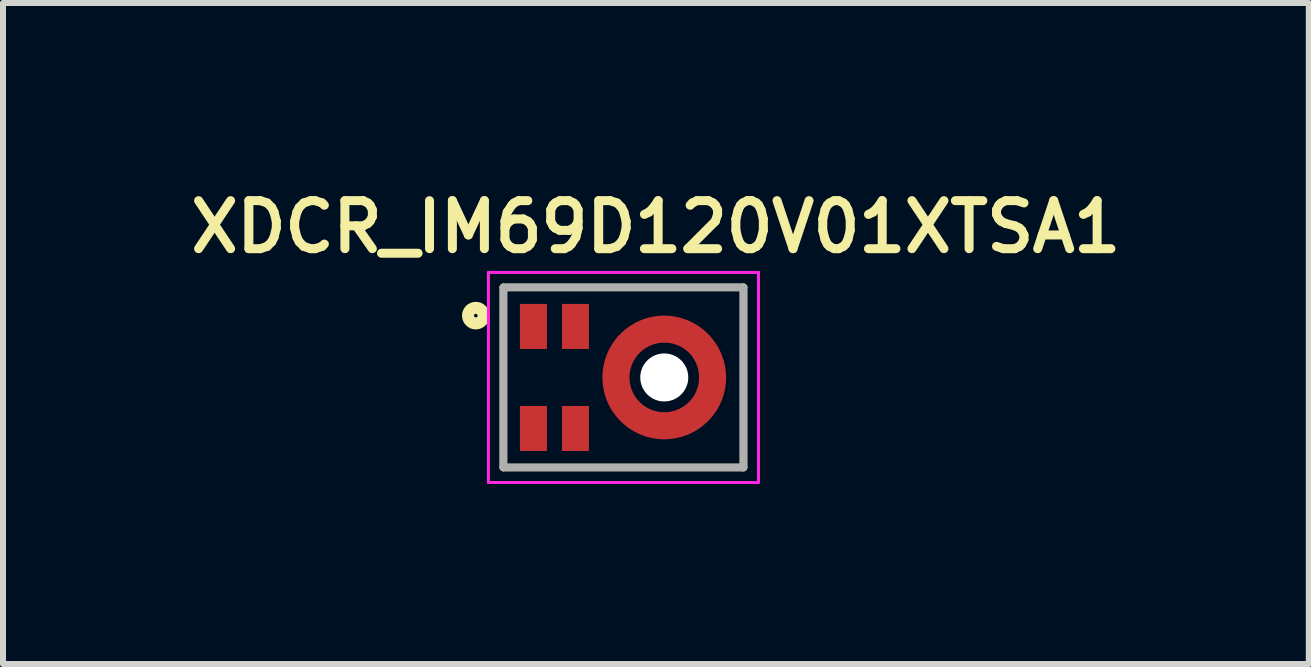
<source format=kicad_pcb>
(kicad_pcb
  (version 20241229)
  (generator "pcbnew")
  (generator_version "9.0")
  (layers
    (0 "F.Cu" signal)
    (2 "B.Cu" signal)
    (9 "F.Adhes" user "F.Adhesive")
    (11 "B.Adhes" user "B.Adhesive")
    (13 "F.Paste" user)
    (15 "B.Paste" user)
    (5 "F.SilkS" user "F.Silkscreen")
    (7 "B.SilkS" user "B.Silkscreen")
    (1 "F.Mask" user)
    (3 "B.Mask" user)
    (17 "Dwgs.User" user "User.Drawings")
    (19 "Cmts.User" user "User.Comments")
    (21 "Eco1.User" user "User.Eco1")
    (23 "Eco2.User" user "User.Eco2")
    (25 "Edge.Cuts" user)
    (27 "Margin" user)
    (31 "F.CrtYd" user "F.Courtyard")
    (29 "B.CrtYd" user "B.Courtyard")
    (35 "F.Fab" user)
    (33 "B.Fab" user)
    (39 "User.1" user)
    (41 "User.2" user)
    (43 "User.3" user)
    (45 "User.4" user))
  (footprint "XDCR_IM69D120V01XTSA1"
    (layer "F.Cu")
    (at 7.338 3.239)
    (property "Reference" "XDCR_IM69D120V01XTSA1" (at 0.54 -2.508 0) (layer "F.SilkS") (effects (font (size 0.8 0.8) (thickness 0.15))))
    (attr smd)
    (fp_circle (center 0.68 0) (end 1.485 0) (stroke (width 0.55) (type solid)) (fill no) (layer "F.Mask"))
    (fp_line (start -2 -1.5) (end -2 1.5) (stroke (width 0.127) (type solid)) (layer "F.SilkS"))
    (fp_line (start -2 -1.5) (end 2 -1.5) (stroke (width 0.127) (type solid)) (layer "F.SilkS"))
    (fp_line (start -2 1.5) (end 2 1.5) (stroke (width 0.127) (type solid)) (layer "F.SilkS"))
    (fp_line (start 2 1.5) (end 2 -1.5) (stroke (width 0.127) (type solid)) (layer "F.SilkS"))
    (fp_circle (center -2.46 -1.03) (end -2.33 -1.03) (stroke (width 0.2) (type solid)) (fill no) (layer "F.SilkS"))
    (fp_line (start -1.5 -0.95) (end -1.5 -0.75) (stroke (width 0.4) (type solid)) (layer "F.Paste"))
    (fp_line (start -1.5 0.75) (end -1.5 0.95) (stroke (width 0.4) (type solid)) (layer "F.Paste"))
    (fp_line (start -0.8 -0.95) (end -0.8 -0.75) (stroke (width 0.4) (type solid)) (layer "F.Paste"))
    (fp_line (start -0.8 0.75) (end -0.8 0.95) (stroke (width 0.4) (type solid)) (layer "F.Paste"))
    (fp_arc (start -0.104006 0.158) (mid -0.119785 0) (end -0.104006 -0.158) (stroke (width 0.4) (type solid)) (layer "F.Paste"))
    (fp_arc (start 0.151166 -0.599969) (mid 0.280109 -0.692634) (end 0.424831 -0.757969) (stroke (width 0.4) (type solid)) (layer "F.Paste"))
    (fp_arc (start 0.424831 0.757969) (mid 0.280109 0.692634) (end 0.151166 0.599969) (stroke (width 0.4) (type solid)) (layer "F.Paste"))
    (fp_arc (start 0.935169 -0.757969) (mid 1.079889 -0.692634) (end 1.20883 -0.599969) (stroke (width 0.4) (type solid)) (layer "F.Paste"))
    (fp_arc (start 1.20883 0.599969) (mid 1.079889 0.692634) (end 0.935169 0.757969) (stroke (width 0.4) (type solid)) (layer "F.Paste"))
    (fp_arc (start 1.46401 -0.158) (mid 1.479789 0) (end 1.46401 0.158) (stroke (width 0.4) (type solid)) (layer "F.Paste"))
    (fp_line (start -2.25 -1.75) (end 2.25 -1.75) (stroke (width 0.05) (type solid)) (layer "F.CrtYd"))
    (fp_line (start -2.25 1.75) (end -2.25 -1.75) (stroke (width 0.05) (type solid)) (layer "F.CrtYd"))
    (fp_line (start 2.25 -1.75) (end 2.25 1.75) (stroke (width 0.05) (type solid)) (layer "F.CrtYd"))
    (fp_line (start 2.25 1.75) (end -2.25 1.75) (stroke (width 0.05) (type solid)) (layer "F.CrtYd"))
    (fp_line (start -2 -1.5) (end -2 1.5) (stroke (width 0.127) (type solid)) (layer "F.Fab"))
    (fp_line (start -2 1.5) (end 2 1.5) (stroke (width 0.127) (type solid)) (layer "F.Fab"))
    (fp_line (start 2 -1.5) (end -2 -1.5) (stroke (width 0.127) (type solid)) (layer "F.Fab"))
    (fp_line (start 2 1.5) (end 2 -1.5) (stroke (width 0.127) (type solid)) (layer "F.Fab"))
    (pad "" np_thru_hole circle (at 0.68 0) (size 0.8 0.8) (drill 0.8) (layers "*.Cu" "*.Mask"))
    (pad "1" smd rect (at -1.5 -0.85) (size 0.45 0.75) (layers "F.Cu" "F.Mask"))
    (pad "2" smd rect (at -0.8 -0.85) (size 0.45 0.75) (layers "F.Cu" "F.Mask"))
    (pad "3" smd rect (at -1.5 0.85) (size 0.45 0.75) (layers "F.Cu" "F.Mask"))
    (pad "4" smd rect (at -0.8 0.85) (size 0.45 0.75) (layers "F.Cu" "F.Mask"))
    (pad "5" smd custom (at -0.1 0) (size 0.2 0.2) (layers "F.Cu") (options (anchor rect)) (primitives (gr_poly (pts (xy 0.779 -1.03) (xy 0.726 -1.029) (xy 0.672 -1.024) (xy 0.619 -1.017) (xy 0.566 -1.007) (xy 0.513 -0.995) (xy 0.462 -0.98) (xy 0.411 -0.962) (xy 0.361 -0.941) (xy 0.312 -0.918) (xy 0.265 -0.892) (xy 0.219 -0.864) (xy 0.174 -0.833) (xy 0.132 -0.801) (xy 0.091 -0.766) (xy 0.052 -0.728) (xy 0.014 -0.689) (xy -0.021 -0.648) (xy -0.053 -0.606) (xy -0.084 -0.561) (xy -0.112 -0.515) (xy -0.138 -0.468) (xy -0.161 -0.419) (xy -0.182 -0.369) (xy -0.2 -0.318) (xy -0.215 -0.267) (xy -0.227 -0.214) (xy -0.237 -0.161) (xy -0.244 -0.108) (xy -0.249 -0.054) (xy -0.25 0) (xy -0.249 0.054) (xy -0.244 0.108) (xy -0.237 0.161) (xy -0.227 0.214) (xy -0.215 0.267) (xy -0.2 0.318) (xy -0.182 0.369) (xy -0.161 0.419) (xy -0.138 0.468) (xy -0.112 0.515) (xy -0.084 0.561) (xy -0.053 0.605) (xy -0.02 0.648) (xy 0.015 0.689) (xy 0.052 0.728) (xy 0.091 0.765) (xy 0.132 0.8) (xy 0.175 0.833) (xy 0.219 0.864) (xy 0.265 0.892) (xy 0.312 0.918) (xy 0.361 0.941) (xy 0.411 0.962) (xy 0.462 0.98) (xy 0.513 0.995) (xy 0.566 1.007) (xy 0.619 1.017) (xy 0.672 1.024) (xy 0.726 1.029) (xy 0.78 1.03) (xy 0.834 1.029) (xy 0.888 1.024) (xy 0.941 1.017) (xy 0.994 1.007) (xy 1.047 0.995) (xy 1.098 0.98) (xy 1.149 0.962) (xy 1.199 0.941) (xy 1.248 0.918) (xy 1.295 0.892) (xy 1.341 0.864) (xy 1.385 0.833) (xy 1.428 0.8) (xy 1.469 0.765) (xy 1.508 0.728) (xy 1.545 0.689) (xy 1.58 0.648) (xy 1.613 0.605) (xy 1.644 0.561) (xy 1.672 0.515) (xy 1.698 0.468) (xy 1.721 0.419) (xy 1.742 0.369) (xy 1.76 0.318) (xy 1.775 0.267) (xy 1.787 0.214) (xy 1.797 0.161) (xy 1.804 0.108) (xy 1.809 0.054) (xy 1.81 0) (xy 1.809 -0.049) (xy 1.804 -0.103) (xy 1.797 -0.157) (xy 1.787 -0.21) (xy 1.775 -0.263) (xy 1.759 -0.315) (xy 1.741 -0.366) (xy 1.721 -0.416) (xy 1.697 -0.465) (xy 1.671 -0.513) (xy 1.643 -0.559) (xy 1.612 -0.603) (xy 1.579 -0.646) (xy 1.544 -0.688) (xy 1.507 -0.727) (xy 1.468 -0.764) (xy 1.426 -0.799) (xy 1.383 -0.832) (xy 1.339 -0.863) (xy 1.293 -0.891) (xy 1.245 -0.917) (xy 1.196 -0.941) (xy 1.146 -0.961) (xy 1.095 -0.979) (xy 1.043 -0.995) (xy 0.99 -1.007) (xy 0.937 -1.017) (xy 0.883 -1.024) (xy 0.829 -1.029) (xy 0.78 -1.03) (xy 0.78 -0.58) (xy 0.815 -0.579) (xy 0.845 -0.577) (xy 0.875 -0.573) (xy 0.905 -0.567) (xy 0.934 -0.56) (xy 0.963 -0.552) (xy 0.991 -0.542) (xy 1.019 -0.53) (xy 1.046 -0.517) (xy 1.073 -0.503) (xy 1.098 -0.487) (xy 1.123 -0.47) (xy 1.147 -0.452) (xy 1.17 -0.432) (xy 1.192 -0.412) (xy 1.212 -0.39) (xy 1.232 -0.367) (xy 1.25 -0.343) (xy 1.267 -0.318) (xy 1.283 -0.293) (xy 1.297 -0.266) (xy 1.31 -0.239) (xy 1.322 -0.211) (xy 1.332 -0.183) (xy 1.34 -0.154) (xy 1.347 -0.125) (xy 1.353 -0.095) (xy 1.357 -0.065) (xy 1.359 -0.035) (xy 1.36 -0.01) (xy 1.36 0) (xy 1.359 0.03) (xy 1.357 0.061) (xy 1.353 0.091) (xy 1.347 0.121) (xy 1.34 0.15) (xy 1.332 0.179) (xy 1.321 0.208) (xy 1.31 0.236) (xy 1.297 0.263) (xy 1.282 0.29) (xy 1.266 0.316) (xy 1.249 0.341) (xy 1.231 0.365) (xy 1.211 0.388) (xy 1.19 0.41) (xy 1.168 0.431) (xy 1.145 0.451) (xy 1.121 0.469) (xy 1.096 0.486) (xy 1.07 0.502) (xy 1.043 0.517) (xy 1.016 0.53) (xy 0.988 0.541) (xy 0.959 0.552) (xy 0.93 0.56) (xy 0.901 0.567) (xy 0.871 0.573) (xy 0.841 0.577) (xy 0.81 0.579) (xy 0.78 0.58) (xy 0.75 0.579) (xy 0.719 0.577) (xy 0.689 0.573) (xy 0.659 0.567) (xy 0.63 0.56) (xy 0.601 0.552) (xy 0.572 0.541) (xy 0.544 0.53) (xy 0.517 0.517) (xy 0.49 0.502) (xy 0.464 0.486) (xy 0.439 0.469) (xy 0.415 0.451) (xy 0.392 0.431) (xy 0.37 0.41) (xy 0.349 0.388) (xy 0.329 0.365) (xy 0.311 0.341) (xy 0.294 0.316) (xy 0.278 0.29) (xy 0.263 0.263) (xy 0.25 0.236) (xy 0.239 0.208) (xy 0.228 0.179) (xy 0.22 0.15) (xy 0.213 0.121) (xy 0.207 0.091) (xy 0.203 0.061) (xy 0.201 0.03) (xy 0.2 0) (xy 0.201 -0.031) (xy 0.203 -0.061) (xy 0.207 -0.091) (xy 0.213 -0.121) (xy 0.22 -0.15) (xy 0.228 -0.179) (xy 0.239 -0.208) (xy 0.25 -0.236) (xy 0.263 -0.263) (xy 0.278 -0.29) (xy 0.294 -0.316) (xy 0.311 -0.341) (xy 0.329 -0.365) (xy 0.349 -0.388) (xy 0.37 -0.41) (xy 0.392 -0.431) (xy 0.415 -0.451) (xy 0.439 -0.469) (xy 0.464 -0.486) (xy 0.49 -0.502) (xy 0.517 -0.517) (xy 0.544 -0.53) (xy 0.572 -0.541) (xy 0.601 -0.552) (xy 0.63 -0.56) (xy 0.659 -0.567) (xy 0.689 -0.573) (xy 0.719 -0.577) (xy 0.749 -0.579) (xy 0.779 -0.58) (xy 0.779 -1.03) (xy 0.779 -1.03)) (width 0.001) (fill yes)))))
  (gr_rect
    (start -3 -3)
    (end 18.757 8.014)
    (stroke (width 0.1) (type default))
    (fill no)
    (layer "Edge.Cuts")))
</source>
